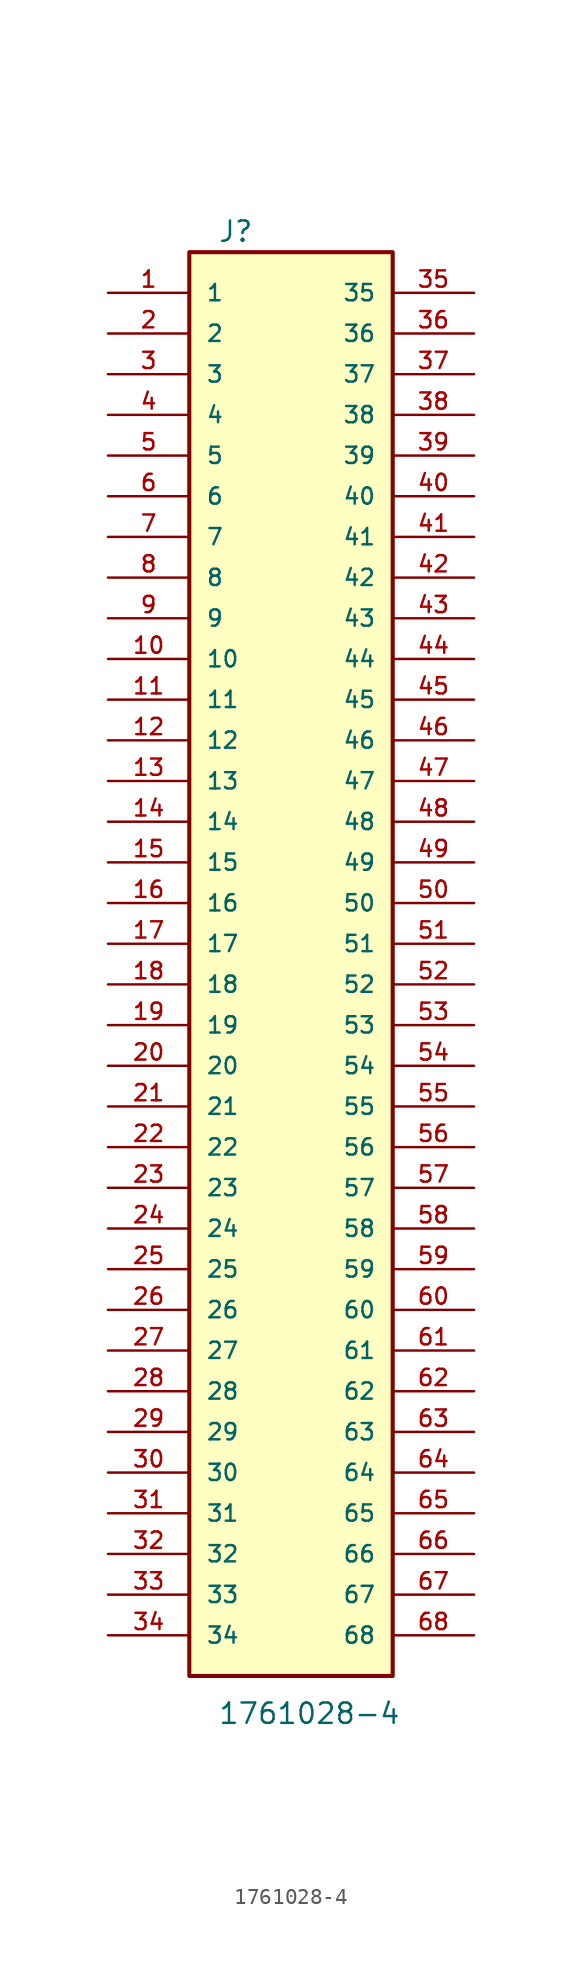
<source format=kicad_sym>
(kicad_symbol_lib
  (version 20211014)
  (generator kicad_symbol_editor)
  (symbol "1761028-4"
    (pin_names
      (offset 1.016))
    (property "Reference" "J"
      (at -5.847 43.726 0)
      (effects (font (size 1.27 1.27)) (justify bottom left)))
    (property "Value" "1761028-4"
      (at -5.847 -48.808 0)
      (effects (font (size 1.27 1.27)) (justify bottom left)))
    (symbol "1761028-4_0_0"
      (rectangle (start -7.62 -45.72) (end 5.08 43.18) (stroke (width 0.254)) (fill (type background)))
      (pin passive line (at -12.7 40.64 0) (length 5.08) (name "1" (effects (font (size 1.016 1.016)))) (number "1" (effects (font (size 1.016 1.016)))))
      (pin passive line (at -12.7 38.1 0) (length 5.08) (name "2" (effects (font (size 1.016 1.016)))) (number "2" (effects (font (size 1.016 1.016)))))
      (pin passive line (at -12.7 35.56 0) (length 5.08) (name "3" (effects (font (size 1.016 1.016)))) (number "3" (effects (font (size 1.016 1.016)))))
      (pin passive line (at -12.7 33.02 0) (length 5.08) (name "4" (effects (font (size 1.016 1.016)))) (number "4" (effects (font (size 1.016 1.016)))))
      (pin passive line (at -12.7 30.48 0) (length 5.08) (name "5" (effects (font (size 1.016 1.016)))) (number "5" (effects (font (size 1.016 1.016)))))
      (pin passive line (at -12.7 27.94 0) (length 5.08) (name "6" (effects (font (size 1.016 1.016)))) (number "6" (effects (font (size 1.016 1.016)))))
      (pin passive line (at -12.7 25.4 0) (length 5.08) (name "7" (effects (font (size 1.016 1.016)))) (number "7" (effects (font (size 1.016 1.016)))))
      (pin passive line (at -12.7 22.86 0) (length 5.08) (name "8" (effects (font (size 1.016 1.016)))) (number "8" (effects (font (size 1.016 1.016)))))
      (pin passive line (at -12.7 20.32 0) (length 5.08) (name "9" (effects (font (size 1.016 1.016)))) (number "9" (effects (font (size 1.016 1.016)))))
      (pin passive line (at -12.7 17.78 0) (length 5.08) (name "10" (effects (font (size 1.016 1.016)))) (number "10" (effects (font (size 1.016 1.016)))))
      (pin passive line (at -12.7 15.24 0) (length 5.08) (name "11" (effects (font (size 1.016 1.016)))) (number "11" (effects (font (size 1.016 1.016)))))
      (pin passive line (at -12.7 12.7 0) (length 5.08) (name "12" (effects (font (size 1.016 1.016)))) (number "12" (effects (font (size 1.016 1.016)))))
      (pin passive line (at -12.7 10.16 0) (length 5.08) (name "13" (effects (font (size 1.016 1.016)))) (number "13" (effects (font (size 1.016 1.016)))))
      (pin passive line (at -12.7 7.62 0) (length 5.08) (name "14" (effects (font (size 1.016 1.016)))) (number "14" (effects (font (size 1.016 1.016)))))
      (pin passive line (at -12.7 5.08 0) (length 5.08) (name "15" (effects (font (size 1.016 1.016)))) (number "15" (effects (font (size 1.016 1.016)))))
      (pin passive line (at -12.7 2.54 0) (length 5.08) (name "16" (effects (font (size 1.016 1.016)))) (number "16" (effects (font (size 1.016 1.016)))))
      (pin passive line (at -12.7 0.0 0) (length 5.08) (name "17" (effects (font (size 1.016 1.016)))) (number "17" (effects (font (size 1.016 1.016)))))
      (pin passive line (at -12.7 -2.54 0) (length 5.08) (name "18" (effects (font (size 1.016 1.016)))) (number "18" (effects (font (size 1.016 1.016)))))
      (pin passive line (at -12.7 -5.08 0) (length 5.08) (name "19" (effects (font (size 1.016 1.016)))) (number "19" (effects (font (size 1.016 1.016)))))
      (pin passive line (at -12.7 -7.62 0) (length 5.08) (name "20" (effects (font (size 1.016 1.016)))) (number "20" (effects (font (size 1.016 1.016)))))
      (pin passive line (at -12.7 -10.16 0) (length 5.08) (name "21" (effects (font (size 1.016 1.016)))) (number "21" (effects (font (size 1.016 1.016)))))
      (pin passive line (at -12.7 -12.7 0) (length 5.08) (name "22" (effects (font (size 1.016 1.016)))) (number "22" (effects (font (size 1.016 1.016)))))
      (pin passive line (at -12.7 -15.24 0) (length 5.08) (name "23" (effects (font (size 1.016 1.016)))) (number "23" (effects (font (size 1.016 1.016)))))
      (pin passive line (at -12.7 -17.78 0) (length 5.08) (name "24" (effects (font (size 1.016 1.016)))) (number "24" (effects (font (size 1.016 1.016)))))
      (pin passive line (at -12.7 -20.32 0) (length 5.08) (name "25" (effects (font (size 1.016 1.016)))) (number "25" (effects (font (size 1.016 1.016)))))
      (pin passive line (at -12.7 -22.86 0) (length 5.08) (name "26" (effects (font (size 1.016 1.016)))) (number "26" (effects (font (size 1.016 1.016)))))
      (pin passive line (at -12.7 -25.4 0) (length 5.08) (name "27" (effects (font (size 1.016 1.016)))) (number "27" (effects (font (size 1.016 1.016)))))
      (pin passive line (at -12.7 -27.94 0) (length 5.08) (name "28" (effects (font (size 1.016 1.016)))) (number "28" (effects (font (size 1.016 1.016)))))
      (pin passive line (at -12.7 -30.48 0) (length 5.08) (name "29" (effects (font (size 1.016 1.016)))) (number "29" (effects (font (size 1.016 1.016)))))
      (pin passive line (at -12.7 -33.02 0) (length 5.08) (name "30" (effects (font (size 1.016 1.016)))) (number "30" (effects (font (size 1.016 1.016)))))
      (pin passive line (at -12.7 -35.56 0) (length 5.08) (name "31" (effects (font (size 1.016 1.016)))) (number "31" (effects (font (size 1.016 1.016)))))
      (pin passive line (at -12.7 -38.1 0) (length 5.08) (name "32" (effects (font (size 1.016 1.016)))) (number "32" (effects (font (size 1.016 1.016)))))
      (pin passive line (at -12.7 -40.64 0) (length 5.08) (name "33" (effects (font (size 1.016 1.016)))) (number "33" (effects (font (size 1.016 1.016)))))
      (pin passive line (at -12.7 -43.18 0) (length 5.08) (name "34" (effects (font (size 1.016 1.016)))) (number "34" (effects (font (size 1.016 1.016)))))
      (pin passive line (at 10.16 40.64 180.0) (length 5.08) (name "35" (effects (font (size 1.016 1.016)))) (number "35" (effects (font (size 1.016 1.016)))))
      (pin passive line (at 10.16 38.1 180.0) (length 5.08) (name "36" (effects (font (size 1.016 1.016)))) (number "36" (effects (font (size 1.016 1.016)))))
      (pin passive line (at 10.16 35.56 180.0) (length 5.08) (name "37" (effects (font (size 1.016 1.016)))) (number "37" (effects (font (size 1.016 1.016)))))
      (pin passive line (at 10.16 33.02 180.0) (length 5.08) (name "38" (effects (font (size 1.016 1.016)))) (number "38" (effects (font (size 1.016 1.016)))))
      (pin passive line (at 10.16 30.48 180.0) (length 5.08) (name "39" (effects (font (size 1.016 1.016)))) (number "39" (effects (font (size 1.016 1.016)))))
      (pin passive line (at 10.16 27.94 180.0) (length 5.08) (name "40" (effects (font (size 1.016 1.016)))) (number "40" (effects (font (size 1.016 1.016)))))
      (pin passive line (at 10.16 25.4 180.0) (length 5.08) (name "41" (effects (font (size 1.016 1.016)))) (number "41" (effects (font (size 1.016 1.016)))))
      (pin passive line (at 10.16 22.86 180.0) (length 5.08) (name "42" (effects (font (size 1.016 1.016)))) (number "42" (effects (font (size 1.016 1.016)))))
      (pin passive line (at 10.16 20.32 180.0) (length 5.08) (name "43" (effects (font (size 1.016 1.016)))) (number "43" (effects (font (size 1.016 1.016)))))
      (pin passive line (at 10.16 17.78 180.0) (length 5.08) (name "44" (effects (font (size 1.016 1.016)))) (number "44" (effects (font (size 1.016 1.016)))))
      (pin passive line (at 10.16 15.24 180.0) (length 5.08) (name "45" (effects (font (size 1.016 1.016)))) (number "45" (effects (font (size 1.016 1.016)))))
      (pin passive line (at 10.16 12.7 180.0) (length 5.08) (name "46" (effects (font (size 1.016 1.016)))) (number "46" (effects (font (size 1.016 1.016)))))
      (pin passive line (at 10.16 10.16 180.0) (length 5.08) (name "47" (effects (font (size 1.016 1.016)))) (number "47" (effects (font (size 1.016 1.016)))))
      (pin passive line (at 10.16 7.62 180.0) (length 5.08) (name "48" (effects (font (size 1.016 1.016)))) (number "48" (effects (font (size 1.016 1.016)))))
      (pin passive line (at 10.16 5.08 180.0) (length 5.08) (name "49" (effects (font (size 1.016 1.016)))) (number "49" (effects (font (size 1.016 1.016)))))
      (pin passive line (at 10.16 2.54 180.0) (length 5.08) (name "50" (effects (font (size 1.016 1.016)))) (number "50" (effects (font (size 1.016 1.016)))))
      (pin passive line (at 10.16 0.0 180.0) (length 5.08) (name "51" (effects (font (size 1.016 1.016)))) (number "51" (effects (font (size 1.016 1.016)))))
      (pin passive line (at 10.16 -2.54 180.0) (length 5.08) (name "52" (effects (font (size 1.016 1.016)))) (number "52" (effects (font (size 1.016 1.016)))))
      (pin passive line (at 10.16 -5.08 180.0) (length 5.08) (name "53" (effects (font (size 1.016 1.016)))) (number "53" (effects (font (size 1.016 1.016)))))
      (pin passive line (at 10.16 -7.62 180.0) (length 5.08) (name "54" (effects (font (size 1.016 1.016)))) (number "54" (effects (font (size 1.016 1.016)))))
      (pin passive line (at 10.16 -10.16 180.0) (length 5.08) (name "55" (effects (font (size 1.016 1.016)))) (number "55" (effects (font (size 1.016 1.016)))))
      (pin passive line (at 10.16 -12.7 180.0) (length 5.08) (name "56" (effects (font (size 1.016 1.016)))) (number "56" (effects (font (size 1.016 1.016)))))
      (pin passive line (at 10.16 -15.24 180.0) (length 5.08) (name "57" (effects (font (size 1.016 1.016)))) (number "57" (effects (font (size 1.016 1.016)))))
      (pin passive line (at 10.16 -17.78 180.0) (length 5.08) (name "58" (effects (font (size 1.016 1.016)))) (number "58" (effects (font (size 1.016 1.016)))))
      (pin passive line (at 10.16 -20.32 180.0) (length 5.08) (name "59" (effects (font (size 1.016 1.016)))) (number "59" (effects (font (size 1.016 1.016)))))
      (pin passive line (at 10.16 -22.86 180.0) (length 5.08) (name "60" (effects (font (size 1.016 1.016)))) (number "60" (effects (font (size 1.016 1.016)))))
      (pin passive line (at 10.16 -25.4 180.0) (length 5.08) (name "61" (effects (font (size 1.016 1.016)))) (number "61" (effects (font (size 1.016 1.016)))))
      (pin passive line (at 10.16 -27.94 180.0) (length 5.08) (name "62" (effects (font (size 1.016 1.016)))) (number "62" (effects (font (size 1.016 1.016)))))
      (pin passive line (at 10.16 -30.48 180.0) (length 5.08) (name "63" (effects (font (size 1.016 1.016)))) (number "63" (effects (font (size 1.016 1.016)))))
      (pin passive line (at 10.16 -33.02 180.0) (length 5.08) (name "64" (effects (font (size 1.016 1.016)))) (number "64" (effects (font (size 1.016 1.016)))))
      (pin passive line (at 10.16 -35.56 180.0) (length 5.08) (name "65" (effects (font (size 1.016 1.016)))) (number "65" (effects (font (size 1.016 1.016)))))
      (pin passive line (at 10.16 -38.1 180.0) (length 5.08) (name "66" (effects (font (size 1.016 1.016)))) (number "66" (effects (font (size 1.016 1.016)))))
      (pin passive line (at 10.16 -40.64 180.0) (length 5.08) (name "67" (effects (font (size 1.016 1.016)))) (number "67" (effects (font (size 1.016 1.016)))))
      (pin passive line (at 10.16 -43.18 180.0) (length 5.08) (name "68" (effects (font (size 1.016 1.016)))) (number "68" (effects (font (size 1.016 1.016))))))))
</source>
